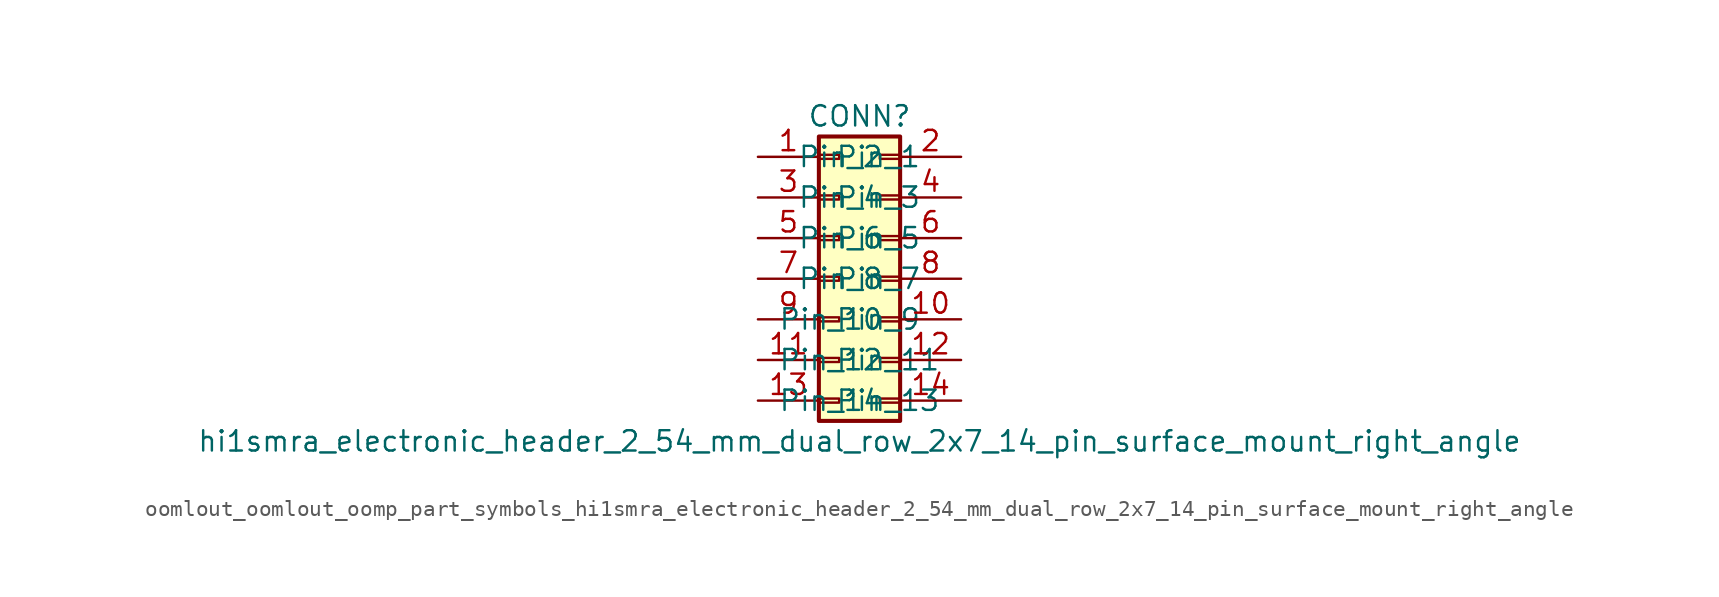
<source format=kicad_sym>
(kicad_symbol_lib
  (version 20220914)
  (generator kicad_symbol_editor)
  (symbol "oomlout_oomlout_oomp_part_symbols_hi1smra_electronic_header_2_54_mm_dual_row_2x7_14_pin_surface_mount_right_angle"
    (pin_names
      (offset 1.016))
    (property "Reference" "CONN"
      (at 1.27 10.16 0)
      (effects (font (size 1.27 1.27))))
    (property "Value" "hi1smra_electronic_header_2_54_mm_dual_row_2x7_14_pin_surface_mount_right_angle"
      (at 1.27 -10.16 0)
      (effects (font (size 1.27 1.27))))
    (symbol "oomlout_oomlout_oomp_part_symbols_hi1smra_electronic_header_2_54_mm_dual_row_2x7_14_pin_surface_mount_right_angle_1_1"
      (rectangle (start -1.27 -7.493) (end 0 -7.747) (stroke (width 0.152) (type default)) (fill (type none)))
      (rectangle (start -1.27 -4.953) (end 0 -5.207) (stroke (width 0.152) (type default)) (fill (type none)))
      (rectangle (start -1.27 -2.413) (end 0 -2.667) (stroke (width 0.152) (type default)) (fill (type none)))
      (rectangle (start -1.27 0.127) (end 0 -0.127) (stroke (width 0.152) (type default)) (fill (type none)))
      (rectangle (start -1.27 2.667) (end 0 2.413) (stroke (width 0.152) (type default)) (fill (type none)))
      (rectangle (start -1.27 5.207) (end 0 4.953) (stroke (width 0.152) (type default)) (fill (type none)))
      (rectangle (start -1.27 7.747) (end 0 7.493) (stroke (width 0.152) (type default)) (fill (type none)))
      (rectangle (start -1.27 8.89) (end 3.81 -8.89) (stroke (width 0.254) (type default)) (fill (type background)))
      (rectangle (start 3.81 -7.493) (end 2.54 -7.747) (stroke (width 0.152) (type default)) (fill (type none)))
      (rectangle (start 3.81 -4.953) (end 2.54 -5.207) (stroke (width 0.152) (type default)) (fill (type none)))
      (rectangle (start 3.81 -2.413) (end 2.54 -2.667) (stroke (width 0.152) (type default)) (fill (type none)))
      (rectangle (start 3.81 0.127) (end 2.54 -0.127) (stroke (width 0.152) (type default)) (fill (type none)))
      (rectangle (start 3.81 2.667) (end 2.54 2.413) (stroke (width 0.152) (type default)) (fill (type none)))
      (rectangle (start 3.81 5.207) (end 2.54 4.953) (stroke (width 0.152) (type default)) (fill (type none)))
      (rectangle (start 3.81 7.747) (end 2.54 7.493) (stroke (width 0.152) (type default)) (fill (type none)))
      (pin passive line (at -5.08 7.62 0) (length 3.81) (name "Pin_1" (effects (font (size 1.27 1.27)))) (number "1" (effects (font (size 1.27 1.27)))))
      (pin passive line (at 7.62 -2.54 180) (length 3.81) (name "Pin_10" (effects (font (size 1.27 1.27)))) (number "10" (effects (font (size 1.27 1.27)))))
      (pin passive line (at -5.08 -5.08 0) (length 3.81) (name "Pin_11" (effects (font (size 1.27 1.27)))) (number "11" (effects (font (size 1.27 1.27)))))
      (pin passive line (at 7.62 -5.08 180) (length 3.81) (name "Pin_12" (effects (font (size 1.27 1.27)))) (number "12" (effects (font (size 1.27 1.27)))))
      (pin passive line (at -5.08 -7.62 0) (length 3.81) (name "Pin_13" (effects (font (size 1.27 1.27)))) (number "13" (effects (font (size 1.27 1.27)))))
      (pin passive line (at 7.62 -7.62 180) (length 3.81) (name "Pin_14" (effects (font (size 1.27 1.27)))) (number "14" (effects (font (size 1.27 1.27)))))
      (pin passive line (at 7.62 7.62 180) (length 3.81) (name "Pin_2" (effects (font (size 1.27 1.27)))) (number "2" (effects (font (size 1.27 1.27)))))
      (pin passive line (at -5.08 5.08 0) (length 3.81) (name "Pin_3" (effects (font (size 1.27 1.27)))) (number "3" (effects (font (size 1.27 1.27)))))
      (pin passive line (at 7.62 5.08 180) (length 3.81) (name "Pin_4" (effects (font (size 1.27 1.27)))) (number "4" (effects (font (size 1.27 1.27)))))
      (pin passive line (at -5.08 2.54 0) (length 3.81) (name "Pin_5" (effects (font (size 1.27 1.27)))) (number "5" (effects (font (size 1.27 1.27)))))
      (pin passive line (at 7.62 2.54 180) (length 3.81) (name "Pin_6" (effects (font (size 1.27 1.27)))) (number "6" (effects (font (size 1.27 1.27)))))
      (pin passive line (at -5.08 0 0) (length 3.81) (name "Pin_7" (effects (font (size 1.27 1.27)))) (number "7" (effects (font (size 1.27 1.27)))))
      (pin passive line (at 7.62 0 180) (length 3.81) (name "Pin_8" (effects (font (size 1.27 1.27)))) (number "8" (effects (font (size 1.27 1.27)))))
      (pin passive line (at -5.08 -2.54 0) (length 3.81) (name "Pin_9" (effects (font (size 1.27 1.27)))) (number "9" (effects (font (size 1.27 1.27))))))))
</source>
